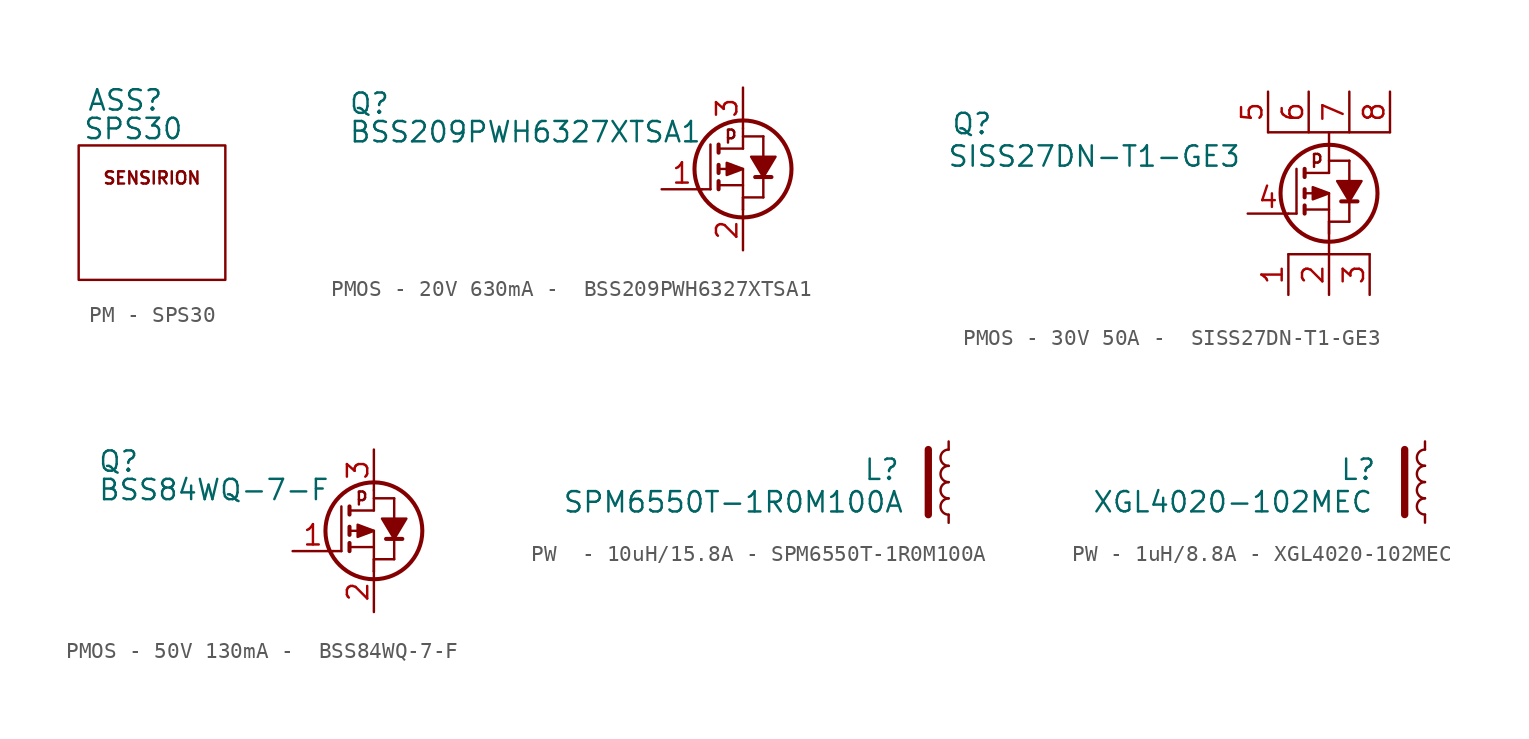
<source format=kicad_sym>
(kicad_symbol_lib
  (version 20241209)
  (generator "kicad_symbol_editor")
  (generator_version "9.0")
  (symbol "PM - SPS30"
    (property "Reference" "ASS"
      (at -4.064 6.35 0)
      (effects (font (size 1.27 1.27)) (justify left top)))
    (property "Value" "SPS30"
      (at -4.318 4.572 0)
      (effects (font (size 1.27 1.27)) (justify left top)))
    (symbol "PM - SPS30_0_1"
      (rectangle (start -4.572 2.794) (end 4.572 -5.588) (stroke (width 0) (type default)) (fill (type none))))
    (symbol "PM - SPS30_1_1"
      (text "SENSIRION" (at 0 0.762 0) (effects (font (size 0.762 0.762))))))
  (symbol "PMOS - 20V 630mA -  BSS209PWH6327XTSA1"
    (pin_names
      (offset 0.254)
      (hide yes))
    (property "Reference" "Q"
      (at -24.638 4.826 0)
      (effects (font (size 1.27 1.27)) (justify left top)))
    (property "Value" "BSS209PWH6327XTSA1"
      (at -24.638 3.048 0)
      (effects (font (size 1.27 1.27)) (justify left top)))
    (symbol "PMOS - 20V 630mA -  BSS209PWH6327XTSA1_0_1"
      (polyline (pts (xy -2.032 -1.27) (xy -2.54 -1.27)) (stroke (width 0) (type default)) (fill (type none)))
      (polyline (pts (xy -1.524 0.254) (xy -1.524 -0.254)) (stroke (width 0.254) (type default)) (fill (type none)))
      (polyline (pts (xy -0.508 1.27) (xy 0 1.27) (xy -1.524 1.27)) (stroke (width 0) (type default)) (fill (type none)))
      (polyline (pts (xy -0.508 -1.016) (xy 0 -1.016) (xy -1.524 -1.016)) (stroke (width 0) (type default)) (fill (type none)))
      (polyline (pts (xy 0 1.27) (xy 0 2.54) (xy 0 2.54)) (stroke (width 0) (type default)) (fill (type none)))
      (polyline (pts (xy 0 0) (xy -1.016 0.381) (xy -1.016 -0.381) (xy 0 0)) (stroke (width 0) (type default)) (fill (type outline)))
      (circle (center 0 0) (radius 3.029) (stroke (width 0.254) (type default)) (fill (type none)))
      (polyline (pts (xy 0 -2.54) (xy 0 0) (xy -1.524 0)) (stroke (width 0) (type default)) (fill (type none)))
      (polyline (pts (xy 0 -2.54) (xy 0 -1.778) (xy 0 -1.778)) (stroke (width 0) (type default)) (fill (type none)))
      (polyline (pts (xy 0.762 2.032) (xy 1.27 2.032) (xy 0 2.032)) (stroke (width 0) (type default)) (fill (type none)))
      (polyline (pts (xy 0.762 -1.778) (xy 1.27 -1.778) (xy 0 -1.778)) (stroke (width 0) (type default)) (fill (type none)))
      (polyline (pts (xy 1.27 0.508) (xy 1.27 0.508) (xy 1.27 2.032)) (stroke (width 0) (type default)) (fill (type none)))
      (polyline (pts (xy 1.27 -0.508) (xy 2.032 0.762) (xy 0.508 0.762) (xy 1.27 -0.508)) (stroke (width 0) (type default)) (fill (type outline)))
      (polyline (pts (xy 1.27 -1.778) (xy 1.27 -1.778) (xy 1.27 -0.508)) (stroke (width 0) (type default)) (fill (type none))))
    (symbol "PMOS - 20V 630mA -  BSS209PWH6327XTSA1_1_1"
      (polyline (pts (xy -2.032 1.524) (xy -2.032 -1.27)) (stroke (width 0) (type default)) (fill (type none)))
      (polyline (pts (xy -1.524 1.524) (xy -1.524 1.016)) (stroke (width 0.254) (type default)) (fill (type none)))
      (polyline (pts (xy -1.524 -0.762) (xy -1.524 -1.27)) (stroke (width 0.254) (type default)) (fill (type none)))
      (polyline (pts (xy 1.778 -0.508) (xy 1.524 -0.508) (xy 0.762 -0.508)) (stroke (width 0.254) (type default)) (fill (type none)))
      (text "p" (at -0.762 2.286 0) (effects (font (size 0.813 0.813))))
      (pin passive line (at -5.08 -1.27 0) (length 2.54) (name "G" (effects (font (size 1.27 1.27)))) (number "1" (effects (font (size 1.27 1.27)))))
      (pin passive line (at 0 5.08 270) (length 2.54) (name "D" (effects (font (size 1.27 1.27)))) (number "3" (effects (font (size 1.27 1.27)))))
      (pin input line (at 0 -5.08 90) (length 2.54) (name "S" (effects (font (size 1.27 1.27)))) (number "2" (effects (font (size 1.27 1.27)))))))
  (symbol "PMOS - 30V 50A -  SISS27DN-T1-GE3"
    (pin_names
      (offset 0.254)
      (hide yes))
    (property "Reference" "Q"
      (at -23.622 5.08 0)
      (effects (font (size 1.27 1.27)) (justify left top)))
    (property "Value" "SISS27DN-T1-GE3"
      (at -23.876 3.048 0)
      (effects (font (size 1.27 1.27)) (justify left top)))
    (symbol "PMOS - 30V 50A -  SISS27DN-T1-GE3_0_1"
      (polyline (pts (xy -2.032 -1.27) (xy -2.54 -1.27)) (stroke (width 0) (type default)) (fill (type none)))
      (polyline (pts (xy -1.524 0.254) (xy -1.524 -0.254)) (stroke (width 0.254) (type default)) (fill (type none)))
      (polyline (pts (xy -0.508 1.27) (xy 0 1.27) (xy -1.524 1.27)) (stroke (width 0) (type default)) (fill (type none)))
      (polyline (pts (xy -0.508 -1.016) (xy 0 -1.016) (xy -1.524 -1.016)) (stroke (width 0) (type default)) (fill (type none)))
      (polyline (pts (xy 0 1.27) (xy 0 3.81) (xy 0 2.54)) (stroke (width 0) (type default)) (fill (type none)))
      (polyline (pts (xy 0 0) (xy -1.016 0.381) (xy -1.016 -0.381) (xy 0 0)) (stroke (width 0) (type default)) (fill (type outline)))
      (circle (center 0 0) (radius 3.029) (stroke (width 0.254) (type default)) (fill (type none)))
      (polyline (pts (xy 0 -2.54) (xy 0 0) (xy -1.524 0)) (stroke (width 0) (type default)) (fill (type none)))
      (polyline (pts (xy 0 -3.81) (xy 0 -1.778) (xy 0 -1.778)) (stroke (width 0) (type default)) (fill (type none)))
      (polyline (pts (xy 0.762 2.032) (xy 1.27 2.032) (xy 0 2.032)) (stroke (width 0) (type default)) (fill (type none)))
      (polyline (pts (xy 0.762 -1.778) (xy 1.27 -1.778) (xy 0 -1.778)) (stroke (width 0) (type default)) (fill (type none)))
      (polyline (pts (xy 1.27 0.508) (xy 1.27 0.508) (xy 1.27 2.032)) (stroke (width 0) (type default)) (fill (type none)))
      (polyline (pts (xy 1.27 -0.508) (xy 2.032 0.762) (xy 0.508 0.762) (xy 1.27 -0.508)) (stroke (width 0) (type default)) (fill (type outline)))
      (polyline (pts (xy 1.27 -1.778) (xy 1.27 -1.778) (xy 1.27 -0.508)) (stroke (width 0) (type default)) (fill (type none)))
      (polyline (pts (xy 2.54 -3.81) (xy 2.54 -3.81) (xy -2.54 -3.81)) (stroke (width 0) (type default)) (fill (type none)))
      (polyline (pts (xy 3.81 3.81) (xy 2.54 3.81) (xy -3.81 3.81)) (stroke (width 0) (type default)) (fill (type none))))
    (symbol "PMOS - 30V 50A -  SISS27DN-T1-GE3_1_1"
      (polyline (pts (xy -2.032 1.524) (xy -2.032 -1.27)) (stroke (width 0) (type default)) (fill (type none)))
      (polyline (pts (xy -1.524 1.524) (xy -1.524 1.016)) (stroke (width 0.254) (type default)) (fill (type none)))
      (polyline (pts (xy -1.524 -0.762) (xy -1.524 -1.27)) (stroke (width 0.254) (type default)) (fill (type none)))
      (polyline (pts (xy 1.778 -0.508) (xy 1.524 -0.508) (xy 0.762 -0.508)) (stroke (width 0.254) (type default)) (fill (type none)))
      (text "p" (at -0.762 2.286 0) (effects (font (size 0.813 0.813))))
      (pin passive line (at -5.08 -1.27 0) (length 2.54) (name "G" (effects (font (size 1.27 1.27)))) (number "4" (effects (font (size 1.27 1.27)))))
      (pin passive line (at -3.81 6.35 270) (length 2.54) (name "D" (effects (font (size 1.27 1.27)))) (number "5" (effects (font (size 1.27 1.27)))))
      (pin passive line (at -2.54 -6.35 90) (length 2.54) (name "S" (effects (font (size 1.27 1.27)))) (number "1" (effects (font (size 1.27 1.27)))))
      (pin passive line (at -1.27 6.35 270) (length 2.54) (name "D" (effects (font (size 1.27 1.27)))) (number "6" (effects (font (size 1.27 1.27)))))
      (pin passive line (at 0 -6.35 90) (length 2.54) (name "S" (effects (font (size 1.27 1.27)))) (number "2" (effects (font (size 1.27 1.27)))))
      (pin passive line (at 1.27 6.35 270) (length 2.54) (name "D" (effects (font (size 1.27 1.27)))) (number "7" (effects (font (size 1.27 1.27)))))
      (pin passive line (at 2.54 -6.35 90) (length 2.54) (name "S" (effects (font (size 1.27 1.27)))) (number "3" (effects (font (size 1.27 1.27)))))
      (pin passive line (at 3.81 6.35 270) (length 2.54) (name "D" (effects (font (size 1.27 1.27)))) (number "8" (effects (font (size 1.27 1.27)))))
      (pin passive line (at 3.81 6.35 270) (length 2.54) (hide yes) (name "D" (effects (font (size 1.27 1.27)))) (number "9" (effects (font (size 1.27 1.27)))))))
  (symbol "PMOS - 50V 130mA -  BSS84WQ-7-F"
    (pin_names
      (offset 0.254)
      (hide yes))
    (property "Reference" "Q"
      (at -17.272 5.08 0)
      (effects (font (size 1.27 1.27)) (justify left top)))
    (property "Value" "BSS84WQ-7-F"
      (at -17.272 3.302 0)
      (effects (font (size 1.27 1.27)) (justify left top)))
    (symbol "PMOS - 50V 130mA -  BSS84WQ-7-F_0_1"
      (polyline (pts (xy -2.032 -1.27) (xy -2.54 -1.27)) (stroke (width 0) (type default)) (fill (type none)))
      (polyline (pts (xy -1.524 0.254) (xy -1.524 -0.254)) (stroke (width 0.254) (type default)) (fill (type none)))
      (polyline (pts (xy -0.508 1.27) (xy 0 1.27) (xy -1.524 1.27)) (stroke (width 0) (type default)) (fill (type none)))
      (polyline (pts (xy -0.508 -1.016) (xy 0 -1.016) (xy -1.524 -1.016)) (stroke (width 0) (type default)) (fill (type none)))
      (polyline (pts (xy 0 1.27) (xy 0 2.54) (xy 0 2.54)) (stroke (width 0) (type default)) (fill (type none)))
      (polyline (pts (xy 0 0) (xy -1.016 0.381) (xy -1.016 -0.381) (xy 0 0)) (stroke (width 0) (type default)) (fill (type outline)))
      (circle (center 0 0) (radius 3.029) (stroke (width 0.254) (type default)) (fill (type none)))
      (polyline (pts (xy 0 -2.54) (xy 0 0) (xy -1.524 0)) (stroke (width 0) (type default)) (fill (type none)))
      (polyline (pts (xy 0 -2.54) (xy 0 -1.778) (xy 0 -1.778)) (stroke (width 0) (type default)) (fill (type none)))
      (polyline (pts (xy 0.762 2.032) (xy 1.27 2.032) (xy 0 2.032)) (stroke (width 0) (type default)) (fill (type none)))
      (polyline (pts (xy 0.762 -1.778) (xy 1.27 -1.778) (xy 0 -1.778)) (stroke (width 0) (type default)) (fill (type none)))
      (polyline (pts (xy 1.27 0.508) (xy 1.27 0.508) (xy 1.27 2.032)) (stroke (width 0) (type default)) (fill (type none)))
      (polyline (pts (xy 1.27 -0.508) (xy 2.032 0.762) (xy 0.508 0.762) (xy 1.27 -0.508)) (stroke (width 0) (type default)) (fill (type outline)))
      (polyline (pts (xy 1.27 -1.778) (xy 1.27 -1.778) (xy 1.27 -0.508)) (stroke (width 0) (type default)) (fill (type none))))
    (symbol "PMOS - 50V 130mA -  BSS84WQ-7-F_1_1"
      (polyline (pts (xy -2.032 1.524) (xy -2.032 -1.27)) (stroke (width 0) (type default)) (fill (type none)))
      (polyline (pts (xy -1.524 1.524) (xy -1.524 1.016)) (stroke (width 0.254) (type default)) (fill (type none)))
      (polyline (pts (xy -1.524 -0.762) (xy -1.524 -1.27)) (stroke (width 0.254) (type default)) (fill (type none)))
      (polyline (pts (xy 1.778 -0.508) (xy 1.524 -0.508) (xy 0.762 -0.508)) (stroke (width 0.254) (type default)) (fill (type none)))
      (text "p" (at -0.762 2.286 0) (effects (font (size 0.813 0.813))))
      (pin passive line (at -5.08 -1.27 0) (length 2.54) (name "G" (effects (font (size 1.27 1.27)))) (number "1" (effects (font (size 1.27 1.27)))))
      (pin passive line (at 0 5.08 270) (length 2.54) (name "D" (effects (font (size 1.27 1.27)))) (number "3" (effects (font (size 1.27 1.27)))))
      (pin input line (at 0 -5.08 90) (length 2.54) (name "S" (effects (font (size 1.27 1.27)))) (number "2" (effects (font (size 1.27 1.27)))))))
  (symbol "PW  - 10uH/15.8A - SPM6550T-1R0M100A"
    (pin_numbers
      (hide yes))
    (pin_names
      (hide yes))
    (property "Reference" "L"
      (at -5.334 1.524 0)
      (effects (font (size 1.27 1.27)) (justify left top)))
    (property "Value" "SPM6550T-1R0M100A"
      (at -24.13 -0.508 0)
      (effects (font (size 1.27 1.27)) (justify left top)))
    (symbol "PW  - 10uH/15.8A - SPM6550T-1R0M100A_0_1"
      (arc (start 0 1.016) (mid -0.5058 1.524) (end 0 2.032) (stroke (width 0) (type default)) (fill (type none)))
      (arc (start 0 0) (mid -0.5058 0.508) (end 0 1.016) (stroke (width 0) (type default)) (fill (type none)))
      (arc (start 0 -1.016) (mid -0.5058 -0.508) (end 0 0) (stroke (width 0) (type default)) (fill (type none)))
      (arc (start 0 -2.032) (mid -0.5058 -1.524) (end 0 -1.016) (stroke (width 0) (type default)) (fill (type none))))
    (symbol "PW  - 10uH/15.8A - SPM6550T-1R0M100A_1_1"
      (polyline (pts (xy -1.27 2.032) (xy -1.27 -2.032) (xy -1.27 -1.778)) (stroke (width 0.457) (type default)) (fill (type none)))
      (pin passive line (at 0 2.54 270) (length 0.508) (name "~" (effects (font (size 1.27 1.27)))) (number "1" (effects (font (size 1.27 1.27)))))
      (pin passive line (at 0 -2.54 90) (length 0.508) (name "~" (effects (font (size 1.27 1.27)))) (number "2" (effects (font (size 1.27 1.27)))))))
  (symbol "PW - 1uH/8.8A - XGL4020-102MEC"
    (pin_numbers
      (hide yes))
    (pin_names
      (hide yes))
    (property "Reference" "L"
      (at -5.334 1.524 0)
      (effects (font (size 1.27 1.27)) (justify left top)))
    (property "Value" "XGL4020-102MEC"
      (at -20.828 -0.508 0)
      (effects (font (size 1.27 1.27)) (justify left top)))
    (symbol "PW - 1uH/8.8A - XGL4020-102MEC_0_1"
      (arc (start 0 1.016) (mid -0.5058 1.524) (end 0 2.032) (stroke (width 0) (type default)) (fill (type none)))
      (arc (start 0 0) (mid -0.5058 0.508) (end 0 1.016) (stroke (width 0) (type default)) (fill (type none)))
      (arc (start 0 -1.016) (mid -0.5058 -0.508) (end 0 0) (stroke (width 0) (type default)) (fill (type none)))
      (arc (start 0 -2.032) (mid -0.5058 -1.524) (end 0 -1.016) (stroke (width 0) (type default)) (fill (type none))))
    (symbol "PW - 1uH/8.8A - XGL4020-102MEC_1_1"
      (polyline (pts (xy -1.27 2.032) (xy -1.27 -2.032) (xy -1.27 -1.778)) (stroke (width 0.457) (type default)) (fill (type none)))
      (pin passive line (at 0 2.54 270) (length 0.508) (name "~" (effects (font (size 1.27 1.27)))) (number "1" (effects (font (size 1.27 1.27)))))
      (pin passive line (at 0 -2.54 90) (length 0.508) (name "~" (effects (font (size 1.27 1.27)))) (number "2" (effects (font (size 1.27 1.27))))))))
</source>
